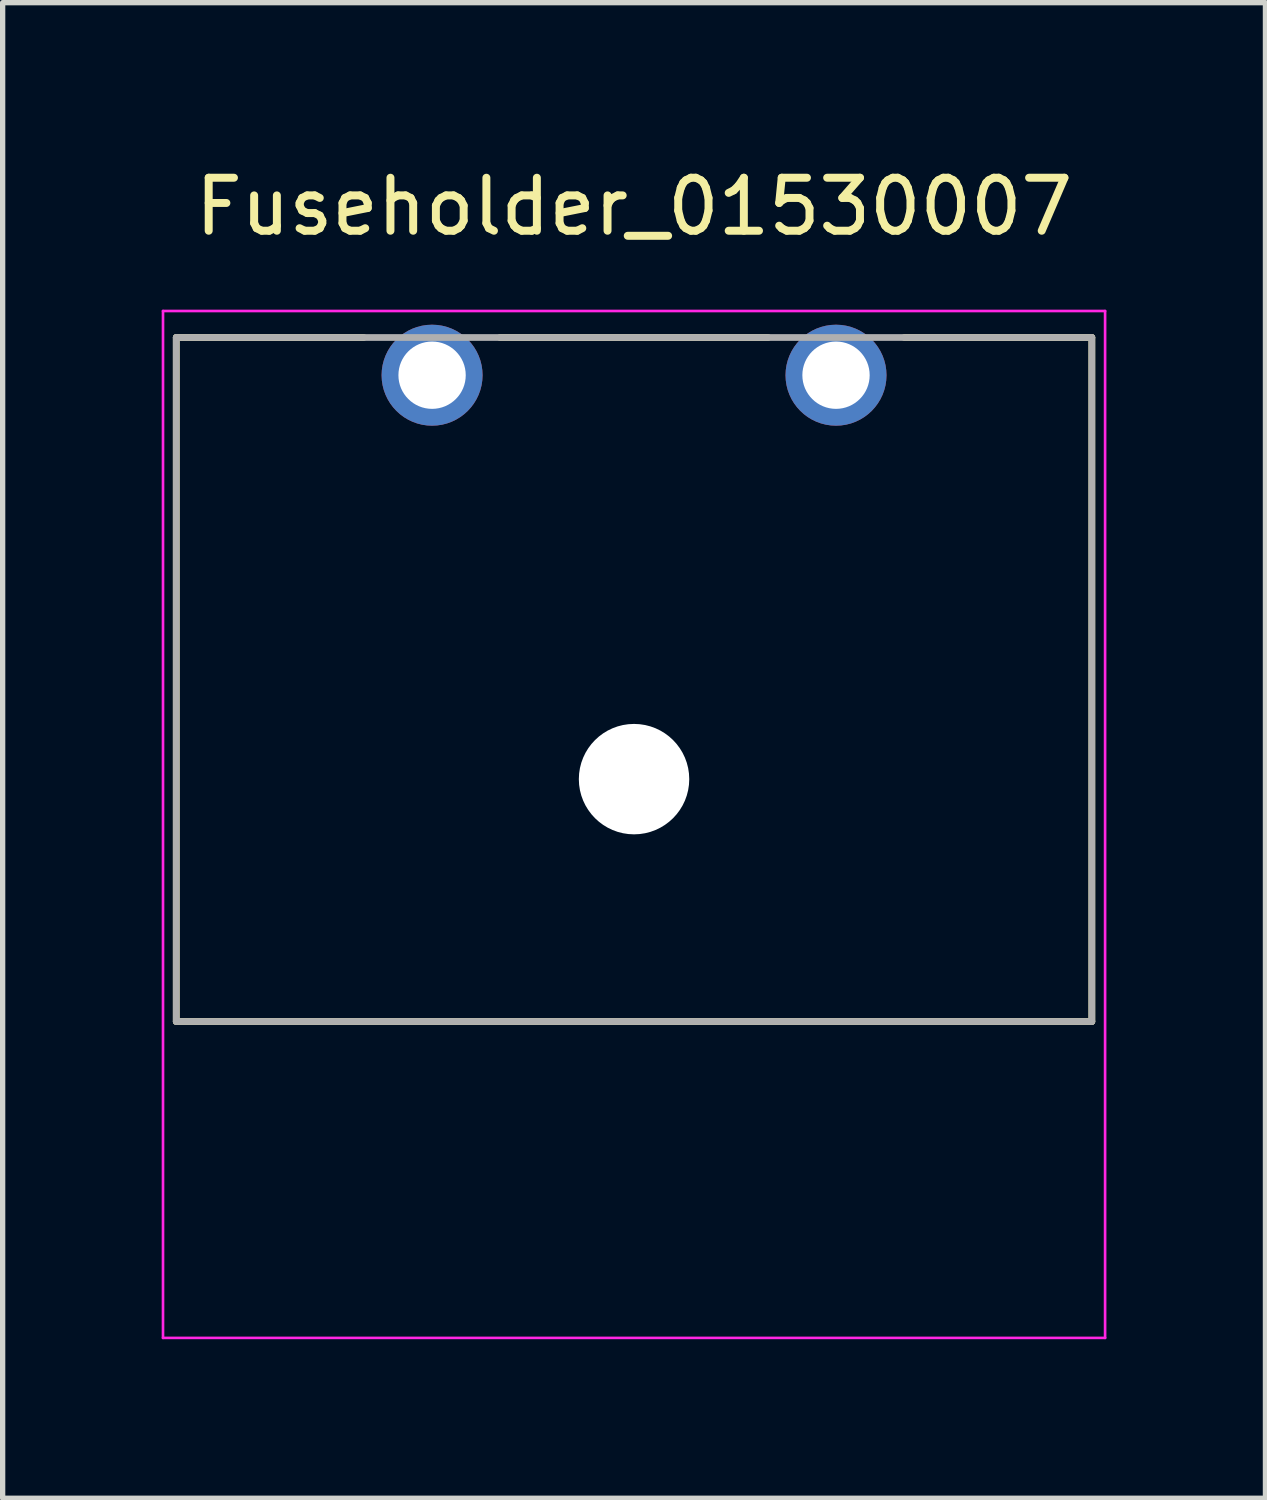
<source format=kicad_pcb>
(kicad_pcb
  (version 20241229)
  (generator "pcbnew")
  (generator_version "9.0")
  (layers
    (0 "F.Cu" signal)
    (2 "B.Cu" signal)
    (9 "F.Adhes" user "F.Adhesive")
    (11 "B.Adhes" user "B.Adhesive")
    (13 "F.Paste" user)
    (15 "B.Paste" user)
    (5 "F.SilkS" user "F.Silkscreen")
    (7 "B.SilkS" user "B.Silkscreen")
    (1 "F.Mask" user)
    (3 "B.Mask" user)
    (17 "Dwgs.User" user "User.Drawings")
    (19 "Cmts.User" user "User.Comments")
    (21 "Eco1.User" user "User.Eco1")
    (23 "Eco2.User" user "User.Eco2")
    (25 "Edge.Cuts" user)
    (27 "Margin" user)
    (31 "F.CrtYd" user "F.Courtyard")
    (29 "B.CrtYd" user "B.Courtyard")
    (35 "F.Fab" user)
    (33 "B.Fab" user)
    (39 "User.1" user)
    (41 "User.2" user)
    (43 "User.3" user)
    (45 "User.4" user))
  (footprint "Fuseholder_01530007"
    (layer "F.Cu")
    (at 8.911 11.648)
    (property "Reference" "Fuseholder_01530007" (at 0 -10.8 0) (layer "F.SilkS") (effects (font (size 1 1) (thickness 0.15))))
    (attr through_hole)
    (fp_line (start -8.636 -8.331) (end -8.636 4.572) (stroke (width 0.127) (type solid)) (layer "F.SilkS"))
    (fp_line (start -8.636 4.572) (end 8.636 4.572) (stroke (width 0.127) (type solid)) (layer "F.SilkS"))
    (fp_line (start -5.1 -8.331) (end -8.636 -8.331) (stroke (width 0.127) (type solid)) (layer "F.SilkS"))
    (fp_line (start 2.53 -8.331) (end -2.53 -8.331) (stroke (width 0.127) (type solid)) (layer "F.SilkS"))
    (fp_line (start 8.636 -8.331) (end 5.1 -8.331) (stroke (width 0.127) (type solid)) (layer "F.SilkS"))
    (fp_line (start 8.636 4.572) (end 8.636 -8.331) (stroke (width 0.127) (type solid)) (layer "F.SilkS"))
    (fp_line (start -8.886 -8.831) (end 8.886 -8.831) (stroke (width 0.05) (type solid)) (layer "F.CrtYd"))
    (fp_line (start -8.886 10.541) (end -8.886 -8.831) (stroke (width 0.05) (type solid)) (layer "F.CrtYd"))
    (fp_line (start 8.886 -8.831) (end 8.886 10.541) (stroke (width 0.05) (type solid)) (layer "F.CrtYd"))
    (fp_line (start 8.886 10.541) (end -8.886 10.541) (stroke (width 0.05) (type solid)) (layer "F.CrtYd"))
    (fp_line (start -8.636 -8.331) (end 8.636 -8.331) (stroke (width 0.127) (type solid)) (layer "F.Fab"))
    (fp_line (start -8.636 4.572) (end -8.636 -8.331) (stroke (width 0.127) (type solid)) (layer "F.Fab"))
    (fp_line (start 8.636 -8.331) (end 8.636 4.572) (stroke (width 0.127) (type solid)) (layer "F.Fab"))
    (fp_line (start 8.636 4.572) (end -8.636 4.572) (stroke (width 0.127) (type solid)) (layer "F.Fab"))
    (pad "" np_thru_hole circle (at 0 0) (size 2.083 2.083) (drill 2.083) (layers "*.Cu" "*.Mask"))
    (pad "1" thru_hole circle (at -3.81 -7.62) (size 1.905 1.905) (drill 1.27) (layers "*.Cu" "*.Mask"))
    (pad "2" thru_hole circle (at 3.81 -7.62) (size 1.905 1.905) (drill 1.27) (layers "*.Cu" "*.Mask")))
  (gr_rect
    (start -3 -3)
    (end 20.822 25.214)
    (stroke (width 0.1) (type default))
    (fill no)
    (layer "Edge.Cuts")))
</source>
